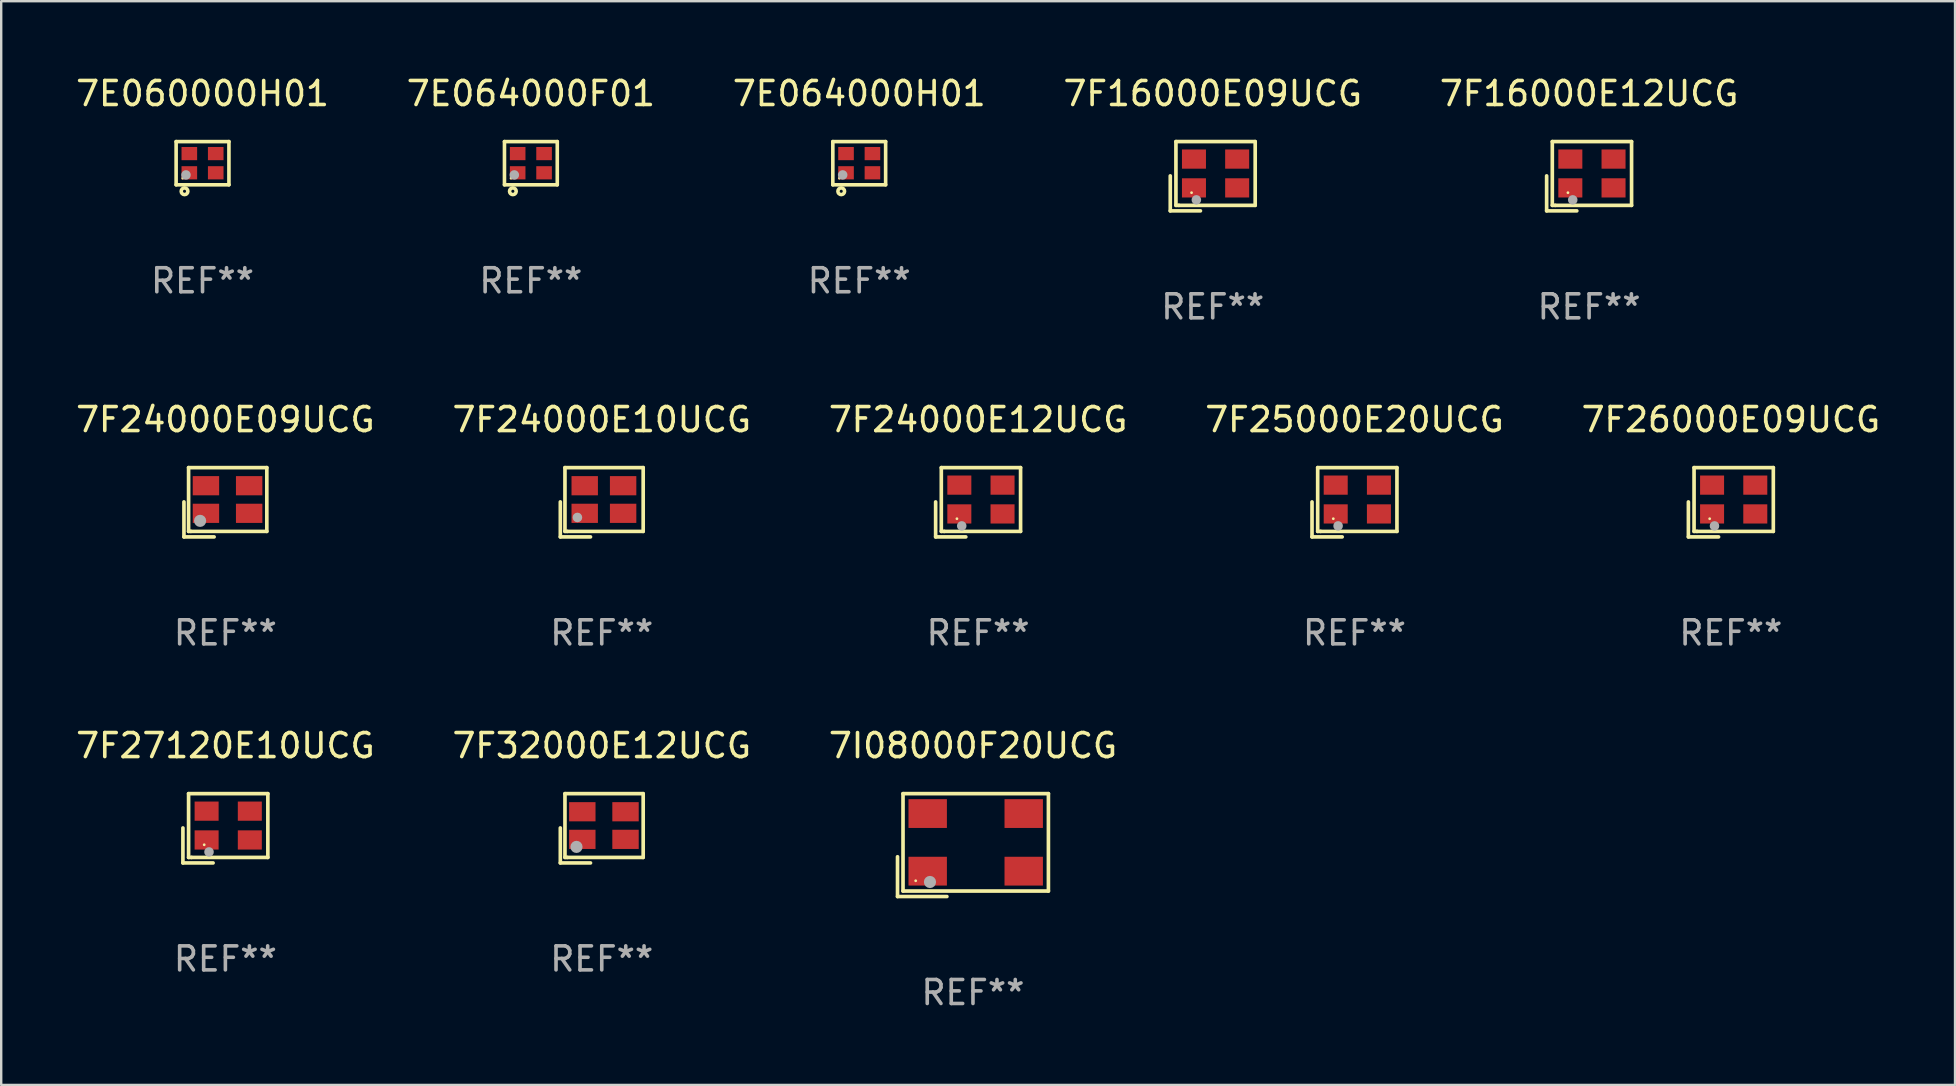
<source format=kicad_pcb>
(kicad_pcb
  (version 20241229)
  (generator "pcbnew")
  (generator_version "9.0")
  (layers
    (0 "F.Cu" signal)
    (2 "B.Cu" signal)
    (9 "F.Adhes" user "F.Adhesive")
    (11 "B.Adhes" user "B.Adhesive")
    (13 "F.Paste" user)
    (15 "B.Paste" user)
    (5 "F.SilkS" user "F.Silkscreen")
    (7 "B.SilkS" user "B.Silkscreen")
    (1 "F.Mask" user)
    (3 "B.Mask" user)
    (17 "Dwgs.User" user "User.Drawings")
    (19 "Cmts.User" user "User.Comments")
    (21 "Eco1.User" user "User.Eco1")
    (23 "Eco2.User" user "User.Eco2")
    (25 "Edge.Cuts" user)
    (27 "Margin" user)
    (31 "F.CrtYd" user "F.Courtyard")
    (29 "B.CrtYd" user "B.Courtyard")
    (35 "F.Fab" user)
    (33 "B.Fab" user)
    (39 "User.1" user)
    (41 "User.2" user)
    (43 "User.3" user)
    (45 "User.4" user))
  (footprint "7F24000E09UCG"
    (layer "F.Cu")
    (at 6.339 17.873)
    (property "Reference" "7F24000E09UCG" (at 0 -3.443 0) (layer "F.SilkS") (effects (font (size 1 1) (thickness 0.15))))
    (attr through_hole)
    (fp_line (start -1.726 -0.015) (end -1.726 1.443) (stroke (width 0.152) (type solid)) (layer "F.SilkS"))
    (fp_line (start -1.726 1.443) (end -0.469 1.443) (stroke (width 0.152) (type solid)) (layer "F.SilkS"))
    (fp_line (start -1.533 -1.443) (end 1.726 -1.443) (stroke (width 0.152) (type solid)) (layer "F.SilkS"))
    (fp_line (start -1.533 1.214) (end -1.533 -1.443) (stroke (width 0.152) (type solid)) (layer "F.SilkS"))
    (fp_line (start -1.439 1.214) (end -1.533 1.214) (stroke (width 0.152) (type solid)) (layer "F.SilkS"))
    (fp_line (start 1.726 -1.443) (end 1.726 1.214) (stroke (width 0.152) (type solid)) (layer "F.SilkS"))
    (fp_line (start 1.726 1.214) (end -1.439 1.214) (stroke (width 0.152) (type solid)) (layer "F.SilkS"))
    (fp_circle (center -0.91 0.686) (end -0.88 0.686) (stroke (width 0.06) (type solid)) (fill no) (layer "F.SilkS"))
    (fp_circle (center -1.053 0.775) (end -0.926 0.775) (stroke (width 0.254) (type solid)) (fill no) (layer "F.Fab"))
    (fp_text user "REF**" (at 0 5.443 0) (layer "F.Fab") (effects (font (size 1 1) (thickness 0.15))))
    (pad "1" smd rect (at -0.81 0.461) (size 1.1 0.8) (layers "F.Cu" "F.Mask" "F.Paste"))
    (pad "2" smd rect (at 0.99 0.461) (size 1.1 0.8) (layers "F.Cu" "F.Mask" "F.Paste"))
    (pad "3" smd rect (at 0.99 -0.689) (size 1.1 0.8) (layers "F.Cu" "F.Mask" "F.Paste"))
    (pad "4" smd rect (at -0.81 -0.689) (size 1.1 0.8) (layers "F.Cu" "F.Mask" "F.Paste")))
  (footprint "7E064000F01"
    (layer "F.Cu")
    (at 19.065 3.748)
    (property "Reference" "7E064000F01" (at 0 -2.9 0) (layer "F.SilkS") (effects (font (size 1 1) (thickness 0.15))))
    (attr through_hole)
    (fp_line (start -1.1 -0.9) (end -1.1 0.9) (stroke (width 0.15) (type solid)) (layer "F.SilkS"))
    (fp_line (start -1.1 -0.9) (end 1.1 -0.9) (stroke (width 0.15) (type solid)) (layer "F.SilkS"))
    (fp_line (start -1.1 0.9) (end 1.1 0.9) (stroke (width 0.15) (type solid)) (layer "F.SilkS"))
    (fp_line (start 1.1 -0.9) (end 1.1 0.9) (stroke (width 0.15) (type solid)) (layer "F.SilkS"))
    (fp_circle (center -0.825 0.625) (end -0.795 0.625) (stroke (width 0.06) (type solid)) (fill no) (layer "F.SilkS"))
    (fp_circle (center -0.75 1.17) (end -0.686 1.17) (stroke (width 0.15) (type solid)) (fill no) (layer "F.SilkS"))
    (fp_circle (center -0.69 0.49) (end -0.59 0.49) (stroke (width 0.2) (type solid)) (fill no) (layer "F.Fab"))
    (fp_text user "REF**" (at 0 4.9 0) (layer "F.Fab") (effects (font (size 1 1) (thickness 0.15))))
    (pad "1" smd rect (at -0.55 0.4) (size 0.65 0.55) (layers "F.Cu" "F.Mask" "F.Paste"))
    (pad "2" smd rect (at 0.55 0.4) (size 0.65 0.55) (layers "F.Cu" "F.Mask" "F.Paste"))
    (pad "3" smd rect (at 0.55 -0.4) (size 0.65 0.55) (layers "F.Cu" "F.Mask" "F.Paste"))
    (pad "4" smd rect (at -0.55 -0.4) (size 0.65 0.55) (layers "F.Cu" "F.Mask" "F.Paste")))
  (footprint "7E064000H01"
    (layer "F.Cu")
    (at 32.744 3.748)
    (property "Reference" "7E064000H01" (at 0 -2.9 0) (layer "F.SilkS") (effects (font (size 1 1) (thickness 0.15))))
    (attr through_hole)
    (fp_line (start -1.1 -0.9) (end -1.1 0.9) (stroke (width 0.15) (type solid)) (layer "F.SilkS"))
    (fp_line (start -1.1 -0.9) (end 1.1 -0.9) (stroke (width 0.15) (type solid)) (layer "F.SilkS"))
    (fp_line (start -1.1 0.9) (end 1.1 0.9) (stroke (width 0.15) (type solid)) (layer "F.SilkS"))
    (fp_line (start 1.1 -0.9) (end 1.1 0.9) (stroke (width 0.15) (type solid)) (layer "F.SilkS"))
    (fp_circle (center -0.825 0.625) (end -0.795 0.625) (stroke (width 0.06) (type solid)) (fill no) (layer "F.SilkS"))
    (fp_circle (center -0.75 1.17) (end -0.686 1.17) (stroke (width 0.15) (type solid)) (fill no) (layer "F.SilkS"))
    (fp_circle (center -0.69 0.49) (end -0.59 0.49) (stroke (width 0.2) (type solid)) (fill no) (layer "F.Fab"))
    (fp_text user "REF**" (at 0 4.9 0) (layer "F.Fab") (effects (font (size 1 1) (thickness 0.15))))
    (pad "1" smd rect (at -0.55 0.4) (size 0.65 0.55) (layers "F.Cu" "F.Mask" "F.Paste"))
    (pad "2" smd rect (at 0.55 0.4) (size 0.65 0.55) (layers "F.Cu" "F.Mask" "F.Paste"))
    (pad "3" smd rect (at 0.55 -0.4) (size 0.65 0.55) (layers "F.Cu" "F.Mask" "F.Paste"))
    (pad "4" smd rect (at -0.55 -0.4) (size 0.65 0.55) (layers "F.Cu" "F.Mask" "F.Paste")))
  (footprint "7F25000E20UCG"
    (layer "F.Cu")
    (at 53.375 17.873)
    (property "Reference" "7F25000E20UCG" (at 0 -3.443 0) (layer "F.SilkS") (effects (font (size 1 1) (thickness 0.15))))
    (attr through_hole)
    (fp_line (start -1.769 -0.014) (end -1.769 1.443) (stroke (width 0.152) (type solid)) (layer "F.SilkS"))
    (fp_line (start -1.769 1.443) (end -0.512 1.443) (stroke (width 0.152) (type solid)) (layer "F.SilkS"))
    (fp_line (start -1.533 -1.443) (end 1.769 -1.443) (stroke (width 0.152) (type solid)) (layer "F.SilkS"))
    (fp_line (start -1.533 1.214) (end -1.533 -1.443) (stroke (width 0.152) (type solid)) (layer "F.SilkS"))
    (fp_line (start -1.411 1.214) (end -1.533 1.214) (stroke (width 0.152) (type solid)) (layer "F.SilkS"))
    (fp_line (start 1.769 -1.443) (end 1.769 1.214) (stroke (width 0.152) (type solid)) (layer "F.SilkS"))
    (fp_line (start 1.769 1.214) (end -1.411 1.214) (stroke (width 0.152) (type solid)) (layer "F.SilkS"))
    (fp_circle (center -0.882 0.686) (end -0.852 0.686) (stroke (width 0.06) (type solid)) (fill no) (layer "F.SilkS"))
    (fp_circle (center -0.682 0.986) (end -0.582 0.986) (stroke (width 0.2) (type solid)) (fill no) (layer "F.Fab"))
    (fp_text user "REF**" (at 0 5.443 0) (layer "F.Fab") (effects (font (size 1 1) (thickness 0.15))))
    (pad "1" smd rect (at -0.782 0.486 90) (size 0.8 1) (layers "F.Cu" "F.Mask" "F.Paste"))
    (pad "2" smd rect (at 1.018 0.486 90) (size 0.8 1) (layers "F.Cu" "F.Mask" "F.Paste"))
    (pad "3" smd rect (at 1.018 -0.714 90) (size 0.8 1) (layers "F.Cu" "F.Mask" "F.Paste"))
    (pad "4" smd rect (at -0.782 -0.714 90) (size 0.8 1) (layers "F.Cu" "F.Mask" "F.Paste")))
  (footprint "7F24000E10UCG"
    (layer "F.Cu")
    (at 22.018 17.873)
    (property "Reference" "7F24000E10UCG" (at 0 -3.443 0) (layer "F.SilkS") (effects (font (size 1 1) (thickness 0.15))))
    (attr through_hole)
    (fp_line (start -1.726 -0.015) (end -1.726 1.443) (stroke (width 0.152) (type solid)) (layer "F.SilkS"))
    (fp_line (start -1.726 1.443) (end -0.469 1.443) (stroke (width 0.152) (type solid)) (layer "F.SilkS"))
    (fp_line (start -1.533 -1.443) (end 1.726 -1.443) (stroke (width 0.152) (type solid)) (layer "F.SilkS"))
    (fp_line (start -1.533 1.214) (end -1.533 -1.443) (stroke (width 0.152) (type solid)) (layer "F.SilkS"))
    (fp_line (start -1.439 1.214) (end -1.533 1.214) (stroke (width 0.152) (type solid)) (layer "F.SilkS"))
    (fp_line (start 1.726 -1.443) (end 1.726 1.214) (stroke (width 0.152) (type solid)) (layer "F.SilkS"))
    (fp_line (start 1.726 1.214) (end -1.439 1.214) (stroke (width 0.152) (type solid)) (layer "F.SilkS"))
    (fp_circle (center -0.91 0.686) (end -0.88 0.686) (stroke (width 0.06) (type solid)) (fill no) (layer "F.SilkS"))
    (fp_circle (center -1.014 0.633) (end -0.914 0.633) (stroke (width 0.2) (type solid)) (fill no) (layer "F.Fab"))
    (fp_text user "REF**" (at 0 5.443 0) (layer "F.Fab") (effects (font (size 1 1) (thickness 0.15))))
    (pad "1" smd rect (at -0.71 0.461) (size 1.1 0.8) (layers "F.Cu" "F.Mask" "F.Paste"))
    (pad "2" smd rect (at 0.89 0.461) (size 1.1 0.8) (layers "F.Cu" "F.Mask" "F.Paste"))
    (pad "3" smd rect (at 0.89 -0.689) (size 1.1 0.8) (layers "F.Cu" "F.Mask" "F.Paste"))
    (pad "4" smd rect (at -0.71 -0.689) (size 1.1 0.8) (layers "F.Cu" "F.Mask" "F.Paste")))
  (footprint "7I08000F20UCG"
    (layer "F.Cu")
    (at 37.482 32.155)
    (property "Reference" "7I08000F20UCG" (at 0 -4.143 0) (layer "F.SilkS") (effects (font (size 1 1) (thickness 0.15))))
    (attr through_hole)
    (fp_line (start -3.143 0.486) (end -3.143 2.143) (stroke (width 0.152) (type solid)) (layer "F.SilkS"))
    (fp_line (start -3.143 2.143) (end -1.086 2.143) (stroke (width 0.152) (type solid)) (layer "F.SilkS"))
    (fp_line (start -2.914 -2.143) (end 3.143 -2.143) (stroke (width 0.152) (type solid)) (layer "F.SilkS"))
    (fp_line (start -2.914 1.914) (end -2.914 -2.143) (stroke (width 0.152) (type solid)) (layer "F.SilkS"))
    (fp_line (start 3.143 -2.143) (end 3.143 1.914) (stroke (width 0.152) (type solid)) (layer "F.SilkS"))
    (fp_line (start 3.143 1.914) (end -2.914 1.914) (stroke (width 0.152) (type solid)) (layer "F.SilkS"))
    (fp_circle (center -2.386 1.486) (end -2.356 1.486) (stroke (width 0.06) (type solid)) (fill no) (layer "F.SilkS"))
    (fp_circle (center -1.791 1.537) (end -1.664 1.537) (stroke (width 0.254) (type solid)) (fill no) (layer "F.Fab"))
    (fp_text user "REF**" (at 0 6.143 0) (layer "F.Fab") (effects (font (size 1 1) (thickness 0.15))))
    (pad "1" smd rect (at -1.886 1.086) (size 1.6 1.2) (layers "F.Cu" "F.Mask" "F.Paste"))
    (pad "2" smd rect (at 2.114 1.086) (size 1.6 1.2) (layers "F.Cu" "F.Mask" "F.Paste"))
    (pad "3" smd rect (at 2.114 -1.314) (size 1.6 1.2) (layers "F.Cu" "F.Mask" "F.Paste"))
    (pad "4" smd rect (at -1.886 -1.314) (size 1.6 1.2) (layers "F.Cu" "F.Mask" "F.Paste")))
  (footprint "7E060000H01"
    (layer "F.Cu")
    (at 5.387 3.748)
    (property "Reference" "7E060000H01" (at 0 -2.9 0) (layer "F.SilkS") (effects (font (size 1 1) (thickness 0.15))))
    (attr through_hole)
    (fp_line (start -1.1 -0.9) (end -1.1 0.9) (stroke (width 0.15) (type solid)) (layer "F.SilkS"))
    (fp_line (start -1.1 -0.9) (end 1.1 -0.9) (stroke (width 0.15) (type solid)) (layer "F.SilkS"))
    (fp_line (start -1.1 0.9) (end 1.1 0.9) (stroke (width 0.15) (type solid)) (layer "F.SilkS"))
    (fp_line (start 1.1 -0.9) (end 1.1 0.9) (stroke (width 0.15) (type solid)) (layer "F.SilkS"))
    (fp_circle (center -0.825 0.625) (end -0.795 0.625) (stroke (width 0.06) (type solid)) (fill no) (layer "F.SilkS"))
    (fp_circle (center -0.75 1.17) (end -0.686 1.17) (stroke (width 0.15) (type solid)) (fill no) (layer "F.SilkS"))
    (fp_circle (center -0.69 0.49) (end -0.59 0.49) (stroke (width 0.2) (type solid)) (fill no) (layer "F.Fab"))
    (fp_text user "REF**" (at 0 4.9 0) (layer "F.Fab") (effects (font (size 1 1) (thickness 0.15))))
    (pad "1" smd rect (at -0.55 0.4) (size 0.65 0.55) (layers "F.Cu" "F.Mask" "F.Paste"))
    (pad "2" smd rect (at 0.55 0.4) (size 0.65 0.55) (layers "F.Cu" "F.Mask" "F.Paste"))
    (pad "3" smd rect (at 0.55 -0.4) (size 0.65 0.55) (layers "F.Cu" "F.Mask" "F.Paste"))
    (pad "4" smd rect (at -0.55 -0.4) (size 0.65 0.55) (layers "F.Cu" "F.Mask" "F.Paste")))
  (footprint "7F24000E12UCG"
    (layer "F.Cu")
    (at 37.696 17.873)
    (property "Reference" "7F24000E12UCG" (at 0 -3.443 0) (layer "F.SilkS") (effects (font (size 1 1) (thickness 0.15))))
    (attr through_hole)
    (fp_line (start -1.769 -0.014) (end -1.769 1.443) (stroke (width 0.152) (type solid)) (layer "F.SilkS"))
    (fp_line (start -1.769 1.443) (end -0.512 1.443) (stroke (width 0.152) (type solid)) (layer "F.SilkS"))
    (fp_line (start -1.533 -1.443) (end 1.769 -1.443) (stroke (width 0.152) (type solid)) (layer "F.SilkS"))
    (fp_line (start -1.533 1.214) (end -1.533 -1.443) (stroke (width 0.152) (type solid)) (layer "F.SilkS"))
    (fp_line (start -1.411 1.214) (end -1.533 1.214) (stroke (width 0.152) (type solid)) (layer "F.SilkS"))
    (fp_line (start 1.769 -1.443) (end 1.769 1.214) (stroke (width 0.152) (type solid)) (layer "F.SilkS"))
    (fp_line (start 1.769 1.214) (end -1.411 1.214) (stroke (width 0.152) (type solid)) (layer "F.SilkS"))
    (fp_circle (center -0.882 0.686) (end -0.852 0.686) (stroke (width 0.06) (type solid)) (fill no) (layer "F.SilkS"))
    (fp_circle (center -0.682 0.986) (end -0.582 0.986) (stroke (width 0.2) (type solid)) (fill no) (layer "F.Fab"))
    (fp_text user "REF**" (at 0 5.443 0) (layer "F.Fab") (effects (font (size 1 1) (thickness 0.15))))
    (pad "1" smd rect (at -0.782 0.486 90) (size 0.8 1) (layers "F.Cu" "F.Mask" "F.Paste"))
    (pad "2" smd rect (at 1.018 0.486 90) (size 0.8 1) (layers "F.Cu" "F.Mask" "F.Paste"))
    (pad "3" smd rect (at 1.018 -0.714 90) (size 0.8 1) (layers "F.Cu" "F.Mask" "F.Paste"))
    (pad "4" smd rect (at -0.782 -0.714 90) (size 0.8 1) (layers "F.Cu" "F.Mask" "F.Paste")))
  (footprint "7F26000E09UCG"
    (layer "F.Cu")
    (at 69.054 17.873)
    (property "Reference" "7F26000E09UCG" (at 0 -3.443 0) (layer "F.SilkS") (effects (font (size 1 1) (thickness 0.15))))
    (attr through_hole)
    (fp_line (start -1.769 -0.014) (end -1.769 1.443) (stroke (width 0.152) (type solid)) (layer "F.SilkS"))
    (fp_line (start -1.769 1.443) (end -0.512 1.443) (stroke (width 0.152) (type solid)) (layer "F.SilkS"))
    (fp_line (start -1.533 -1.443) (end 1.769 -1.443) (stroke (width 0.152) (type solid)) (layer "F.SilkS"))
    (fp_line (start -1.533 1.214) (end -1.533 -1.443) (stroke (width 0.152) (type solid)) (layer "F.SilkS"))
    (fp_line (start -1.411 1.214) (end -1.533 1.214) (stroke (width 0.152) (type solid)) (layer "F.SilkS"))
    (fp_line (start 1.769 -1.443) (end 1.769 1.214) (stroke (width 0.152) (type solid)) (layer "F.SilkS"))
    (fp_line (start 1.769 1.214) (end -1.411 1.214) (stroke (width 0.152) (type solid)) (layer "F.SilkS"))
    (fp_circle (center -0.882 0.686) (end -0.852 0.686) (stroke (width 0.06) (type solid)) (fill no) (layer "F.SilkS"))
    (fp_circle (center -0.682 0.986) (end -0.582 0.986) (stroke (width 0.2) (type solid)) (fill no) (layer "F.Fab"))
    (fp_text user "REF**" (at 0 5.443 0) (layer "F.Fab") (effects (font (size 1 1) (thickness 0.15))))
    (pad "1" smd rect (at -0.782 0.486 90) (size 0.8 1) (layers "F.Cu" "F.Mask" "F.Paste"))
    (pad "2" smd rect (at 1.018 0.486 90) (size 0.8 1) (layers "F.Cu" "F.Mask" "F.Paste"))
    (pad "3" smd rect (at 1.018 -0.714 90) (size 0.8 1) (layers "F.Cu" "F.Mask" "F.Paste"))
    (pad "4" smd rect (at -0.782 -0.714 90) (size 0.8 1) (layers "F.Cu" "F.Mask" "F.Paste")))
  (footprint "7F27120E10UCG"
    (layer "F.Cu")
    (at 6.339 31.455)
    (property "Reference" "7F27120E10UCG" (at 0 -3.443 0) (layer "F.SilkS") (effects (font (size 1 1) (thickness 0.15))))
    (attr through_hole)
    (fp_line (start -1.769 -0.014) (end -1.769 1.443) (stroke (width 0.152) (type solid)) (layer "F.SilkS"))
    (fp_line (start -1.769 1.443) (end -0.512 1.443) (stroke (width 0.152) (type solid)) (layer "F.SilkS"))
    (fp_line (start -1.533 -1.443) (end 1.769 -1.443) (stroke (width 0.152) (type solid)) (layer "F.SilkS"))
    (fp_line (start -1.533 1.214) (end -1.533 -1.443) (stroke (width 0.152) (type solid)) (layer "F.SilkS"))
    (fp_line (start -1.411 1.214) (end -1.533 1.214) (stroke (width 0.152) (type solid)) (layer "F.SilkS"))
    (fp_line (start 1.769 -1.443) (end 1.769 1.214) (stroke (width 0.152) (type solid)) (layer "F.SilkS"))
    (fp_line (start 1.769 1.214) (end -1.411 1.214) (stroke (width 0.152) (type solid)) (layer "F.SilkS"))
    (fp_circle (center -0.882 0.686) (end -0.852 0.686) (stroke (width 0.06) (type solid)) (fill no) (layer "F.SilkS"))
    (fp_circle (center -0.682 0.986) (end -0.582 0.986) (stroke (width 0.2) (type solid)) (fill no) (layer "F.Fab"))
    (fp_text user "REF**" (at 0 5.443 0) (layer "F.Fab") (effects (font (size 1 1) (thickness 0.15))))
    (pad "1" smd rect (at -0.782 0.486 90) (size 0.8 1) (layers "F.Cu" "F.Mask" "F.Paste"))
    (pad "2" smd rect (at 1.018 0.486 90) (size 0.8 1) (layers "F.Cu" "F.Mask" "F.Paste"))
    (pad "3" smd rect (at 1.018 -0.714 90) (size 0.8 1) (layers "F.Cu" "F.Mask" "F.Paste"))
    (pad "4" smd rect (at -0.782 -0.714 90) (size 0.8 1) (layers "F.Cu" "F.Mask" "F.Paste")))
  (footprint "7F16000E12UCG"
    (layer "F.Cu")
    (at 63.149 4.291)
    (property "Reference" "7F16000E12UCG" (at 0 -3.443 0) (layer "F.SilkS") (effects (font (size 1 1) (thickness 0.15))))
    (attr through_hole)
    (fp_line (start -1.769 -0.014) (end -1.769 1.443) (stroke (width 0.152) (type solid)) (layer "F.SilkS"))
    (fp_line (start -1.769 1.443) (end -0.512 1.443) (stroke (width 0.152) (type solid)) (layer "F.SilkS"))
    (fp_line (start -1.533 -1.443) (end 1.769 -1.443) (stroke (width 0.152) (type solid)) (layer "F.SilkS"))
    (fp_line (start -1.533 1.214) (end -1.533 -1.443) (stroke (width 0.152) (type solid)) (layer "F.SilkS"))
    (fp_line (start -1.411 1.214) (end -1.533 1.214) (stroke (width 0.152) (type solid)) (layer "F.SilkS"))
    (fp_line (start 1.769 -1.443) (end 1.769 1.214) (stroke (width 0.152) (type solid)) (layer "F.SilkS"))
    (fp_line (start 1.769 1.214) (end -1.411 1.214) (stroke (width 0.152) (type solid)) (layer "F.SilkS"))
    (fp_circle (center -0.882 0.686) (end -0.852 0.686) (stroke (width 0.06) (type solid)) (fill no) (layer "F.SilkS"))
    (fp_circle (center -0.682 0.986) (end -0.582 0.986) (stroke (width 0.2) (type solid)) (fill no) (layer "F.Fab"))
    (fp_text user "REF**" (at 0 5.443 0) (layer "F.Fab") (effects (font (size 1 1) (thickness 0.15))))
    (pad "1" smd rect (at -0.782 0.486 90) (size 0.8 1) (layers "F.Cu" "F.Mask" "F.Paste"))
    (pad "2" smd rect (at 1.018 0.486 90) (size 0.8 1) (layers "F.Cu" "F.Mask" "F.Paste"))
    (pad "3" smd rect (at 1.018 -0.714 90) (size 0.8 1) (layers "F.Cu" "F.Mask" "F.Paste"))
    (pad "4" smd rect (at -0.782 -0.714 90) (size 0.8 1) (layers "F.Cu" "F.Mask" "F.Paste")))
  (footprint "7F32000E12UCG"
    (layer "F.Cu")
    (at 22.018 31.455)
    (property "Reference" "7F32000E12UCG" (at 0 -3.443 0) (layer "F.SilkS") (effects (font (size 1 1) (thickness 0.15))))
    (attr through_hole)
    (fp_line (start -1.726 -0.015) (end -1.726 1.443) (stroke (width 0.152) (type solid)) (layer "F.SilkS"))
    (fp_line (start -1.726 1.443) (end -0.469 1.443) (stroke (width 0.152) (type solid)) (layer "F.SilkS"))
    (fp_line (start -1.533 -1.443) (end 1.726 -1.443) (stroke (width 0.152) (type solid)) (layer "F.SilkS"))
    (fp_line (start -1.533 1.214) (end -1.533 -1.443) (stroke (width 0.152) (type solid)) (layer "F.SilkS"))
    (fp_line (start -1.439 1.214) (end -1.533 1.214) (stroke (width 0.152) (type solid)) (layer "F.SilkS"))
    (fp_line (start 1.726 -1.443) (end 1.726 1.214) (stroke (width 0.152) (type solid)) (layer "F.SilkS"))
    (fp_line (start 1.726 1.214) (end -1.439 1.214) (stroke (width 0.152) (type solid)) (layer "F.SilkS"))
    (fp_circle (center -0.91 0.686) (end -0.88 0.686) (stroke (width 0.06) (type solid)) (fill no) (layer "F.SilkS"))
    (fp_circle (center -1.053 0.775) (end -0.926 0.775) (stroke (width 0.254) (type solid)) (fill no) (layer "F.Fab"))
    (fp_text user "REF**" (at 0 5.443 0) (layer "F.Fab") (effects (font (size 1 1) (thickness 0.15))))
    (pad "1" smd rect (at -0.81 0.461) (size 1.1 0.8) (layers "F.Cu" "F.Mask" "F.Paste"))
    (pad "2" smd rect (at 0.99 0.461) (size 1.1 0.8) (layers "F.Cu" "F.Mask" "F.Paste"))
    (pad "3" smd rect (at 0.99 -0.689) (size 1.1 0.8) (layers "F.Cu" "F.Mask" "F.Paste"))
    (pad "4" smd rect (at -0.81 -0.689) (size 1.1 0.8) (layers "F.Cu" "F.Mask" "F.Paste")))
  (footprint "7F16000E09UCG"
    (layer "F.Cu")
    (at 47.47 4.291)
    (property "Reference" "7F16000E09UCG" (at 0 -3.443 0) (layer "F.SilkS") (effects (font (size 1 1) (thickness 0.15))))
    (attr through_hole)
    (fp_line (start -1.769 -0.014) (end -1.769 1.443) (stroke (width 0.152) (type solid)) (layer "F.SilkS"))
    (fp_line (start -1.769 1.443) (end -0.512 1.443) (stroke (width 0.152) (type solid)) (layer "F.SilkS"))
    (fp_line (start -1.533 -1.443) (end 1.769 -1.443) (stroke (width 0.152) (type solid)) (layer "F.SilkS"))
    (fp_line (start -1.533 1.214) (end -1.533 -1.443) (stroke (width 0.152) (type solid)) (layer "F.SilkS"))
    (fp_line (start -1.411 1.214) (end -1.533 1.214) (stroke (width 0.152) (type solid)) (layer "F.SilkS"))
    (fp_line (start 1.769 -1.443) (end 1.769 1.214) (stroke (width 0.152) (type solid)) (layer "F.SilkS"))
    (fp_line (start 1.769 1.214) (end -1.411 1.214) (stroke (width 0.152) (type solid)) (layer "F.SilkS"))
    (fp_circle (center -0.882 0.686) (end -0.852 0.686) (stroke (width 0.06) (type solid)) (fill no) (layer "F.SilkS"))
    (fp_circle (center -0.682 0.986) (end -0.582 0.986) (stroke (width 0.2) (type solid)) (fill no) (layer "F.Fab"))
    (fp_text user "REF**" (at 0 5.443 0) (layer "F.Fab") (effects (font (size 1 1) (thickness 0.15))))
    (pad "1" smd rect (at -0.782 0.486 90) (size 0.8 1) (layers "F.Cu" "F.Mask" "F.Paste"))
    (pad "2" smd rect (at 1.018 0.486 90) (size 0.8 1) (layers "F.Cu" "F.Mask" "F.Paste"))
    (pad "3" smd rect (at 1.018 -0.714 90) (size 0.8 1) (layers "F.Cu" "F.Mask" "F.Paste"))
    (pad "4" smd rect (at -0.782 -0.714 90) (size 0.8 1) (layers "F.Cu" "F.Mask" "F.Paste")))
  (gr_rect
    (start -3 -3)
    (end 78.393 42.147)
    (stroke (width 0.1) (type default))
    (fill no)
    (layer "Edge.Cuts")))
</source>
